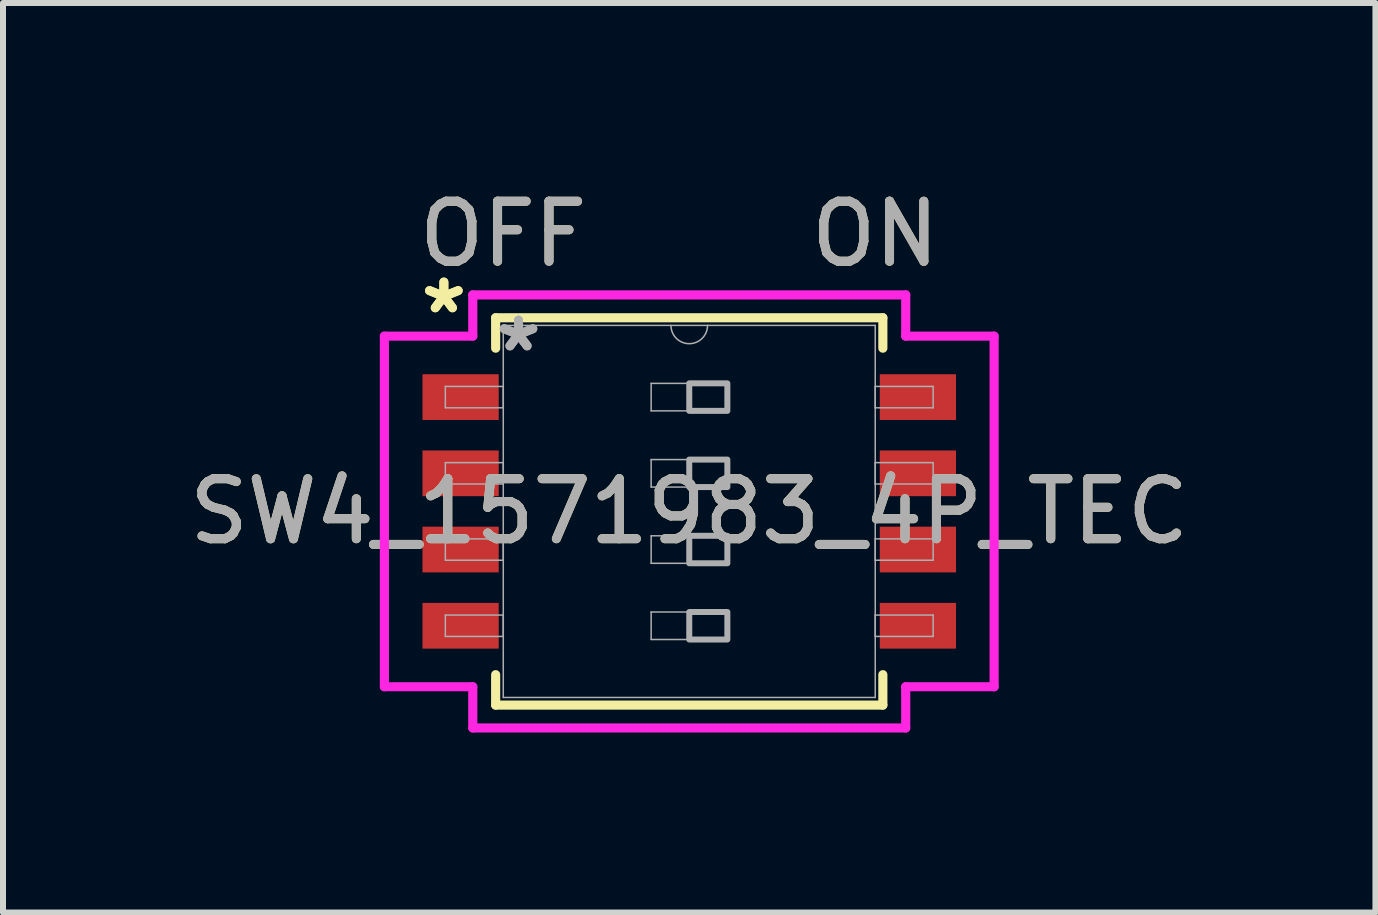
<source format=kicad_pcb>
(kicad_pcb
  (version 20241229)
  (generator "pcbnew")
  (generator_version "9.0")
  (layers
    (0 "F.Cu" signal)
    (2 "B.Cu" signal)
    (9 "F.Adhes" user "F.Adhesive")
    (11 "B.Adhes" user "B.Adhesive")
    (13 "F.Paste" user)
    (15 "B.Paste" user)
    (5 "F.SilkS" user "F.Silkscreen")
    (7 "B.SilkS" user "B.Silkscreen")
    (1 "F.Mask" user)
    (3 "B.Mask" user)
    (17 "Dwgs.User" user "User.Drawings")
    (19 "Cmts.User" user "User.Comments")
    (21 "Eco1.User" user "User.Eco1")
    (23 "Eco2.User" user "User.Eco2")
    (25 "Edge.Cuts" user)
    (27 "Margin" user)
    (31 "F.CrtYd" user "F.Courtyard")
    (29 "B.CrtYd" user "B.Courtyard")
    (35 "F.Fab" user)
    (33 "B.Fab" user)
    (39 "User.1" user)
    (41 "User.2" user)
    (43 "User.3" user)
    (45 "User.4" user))
  (footprint "SW4_1571983_4P_TEC"
    (layer "F.Cu")
    (at 8.435 5.472)
    (property "Reference" "SW4_1571983_4P_TEC" (at 0 0 0) (unlocked yes) (layer "F.SilkS") (effects (font (size 1 1) (thickness 0.15))))
    (attr smd)
    (fp_line (start -3.226 -3.227) (end -3.226 -2.72) (stroke (width 0.152) (type solid)) (layer "F.SilkS"))
    (fp_line (start -3.226 2.72) (end -3.226 3.227) (stroke (width 0.152) (type solid)) (layer "F.SilkS"))
    (fp_line (start -3.226 3.227) (end 3.226 3.227) (stroke (width 0.152) (type solid)) (layer "F.SilkS"))
    (fp_line (start 3.226 -3.227) (end -3.226 -3.227) (stroke (width 0.152) (type solid)) (layer "F.SilkS"))
    (fp_line (start 3.226 -2.72) (end 3.226 -3.227) (stroke (width 0.152) (type solid)) (layer "F.SilkS"))
    (fp_line (start 3.226 3.227) (end 3.226 2.72) (stroke (width 0.152) (type solid)) (layer "F.SilkS"))
    (fp_line (start -5.08 -2.921) (end -3.607 -2.921) (stroke (width 0.152) (type solid)) (layer "F.CrtYd"))
    (fp_line (start -5.08 2.921) (end -5.08 -2.921) (stroke (width 0.152) (type solid)) (layer "F.CrtYd"))
    (fp_line (start -3.607 -3.608) (end 3.607 -3.608) (stroke (width 0.152) (type solid)) (layer "F.CrtYd"))
    (fp_line (start -3.607 -2.921) (end -3.607 -3.608) (stroke (width 0.152) (type solid)) (layer "F.CrtYd"))
    (fp_line (start -3.607 2.921) (end -5.08 2.921) (stroke (width 0.152) (type solid)) (layer "F.CrtYd"))
    (fp_line (start -3.607 3.608) (end -3.607 2.921) (stroke (width 0.152) (type solid)) (layer "F.CrtYd"))
    (fp_line (start 3.607 -3.608) (end 3.607 -2.921) (stroke (width 0.152) (type solid)) (layer "F.CrtYd"))
    (fp_line (start 3.607 -2.921) (end 5.08 -2.921) (stroke (width 0.152) (type solid)) (layer "F.CrtYd"))
    (fp_line (start 3.607 2.921) (end 3.607 3.608) (stroke (width 0.152) (type solid)) (layer "F.CrtYd"))
    (fp_line (start 3.607 3.608) (end -3.607 3.608) (stroke (width 0.152) (type solid)) (layer "F.CrtYd"))
    (fp_line (start 5.08 -2.921) (end 5.08 2.921) (stroke (width 0.152) (type solid)) (layer "F.CrtYd"))
    (fp_line (start 5.08 2.921) (end 3.607 2.921) (stroke (width 0.152) (type solid)) (layer "F.CrtYd"))
    (fp_line (start -4.064 -2.083) (end -4.064 -1.727) (stroke (width 0.025) (type solid)) (layer "F.Fab"))
    (fp_line (start -4.064 -1.727) (end -3.099 -1.727) (stroke (width 0.025) (type solid)) (layer "F.Fab"))
    (fp_line (start -4.064 -0.813) (end -4.064 -0.457) (stroke (width 0.025) (type solid)) (layer "F.Fab"))
    (fp_line (start -4.064 -0.457) (end -3.099 -0.457) (stroke (width 0.025) (type solid)) (layer "F.Fab"))
    (fp_line (start -4.064 0.457) (end -4.064 0.813) (stroke (width 0.025) (type solid)) (layer "F.Fab"))
    (fp_line (start -4.064 0.813) (end -3.099 0.813) (stroke (width 0.025) (type solid)) (layer "F.Fab"))
    (fp_line (start -4.064 1.727) (end -4.064 2.083) (stroke (width 0.025) (type solid)) (layer "F.Fab"))
    (fp_line (start -4.064 2.083) (end -3.099 2.083) (stroke (width 0.025) (type solid)) (layer "F.Fab"))
    (fp_line (start -3.099 -3.1) (end -3.099 3.1) (stroke (width 0.025) (type solid)) (layer "F.Fab"))
    (fp_line (start -3.099 -2.083) (end -4.064 -2.083) (stroke (width 0.025) (type solid)) (layer "F.Fab"))
    (fp_line (start -3.099 -1.727) (end -3.099 -2.083) (stroke (width 0.025) (type solid)) (layer "F.Fab"))
    (fp_line (start -3.099 -0.813) (end -4.064 -0.813) (stroke (width 0.025) (type solid)) (layer "F.Fab"))
    (fp_line (start -3.099 -0.457) (end -3.099 -0.813) (stroke (width 0.025) (type solid)) (layer "F.Fab"))
    (fp_line (start -3.099 0.457) (end -4.064 0.457) (stroke (width 0.025) (type solid)) (layer "F.Fab"))
    (fp_line (start -3.099 0.813) (end -3.099 0.457) (stroke (width 0.025) (type solid)) (layer "F.Fab"))
    (fp_line (start -3.099 1.727) (end -4.064 1.727) (stroke (width 0.025) (type solid)) (layer "F.Fab"))
    (fp_line (start -3.099 2.083) (end -3.099 1.727) (stroke (width 0.025) (type solid)) (layer "F.Fab"))
    (fp_line (start -3.099 3.1) (end 3.099 3.1) (stroke (width 0.025) (type solid)) (layer "F.Fab"))
    (fp_line (start -0.635 -2.134) (end 0.635 -2.134) (stroke (width 0.025) (type solid)) (layer "F.Fab"))
    (fp_line (start -0.635 -1.676) (end -0.635 -2.134) (stroke (width 0.025) (type solid)) (layer "F.Fab"))
    (fp_line (start -0.635 -0.864) (end 0.635 -0.864) (stroke (width 0.025) (type solid)) (layer "F.Fab"))
    (fp_line (start -0.635 -0.406) (end -0.635 -0.864) (stroke (width 0.025) (type solid)) (layer "F.Fab"))
    (fp_line (start -0.635 0.406) (end 0.635 0.406) (stroke (width 0.025) (type solid)) (layer "F.Fab"))
    (fp_line (start -0.635 0.864) (end -0.635 0.406) (stroke (width 0.025) (type solid)) (layer "F.Fab"))
    (fp_line (start -0.635 1.676) (end 0.635 1.676) (stroke (width 0.025) (type solid)) (layer "F.Fab"))
    (fp_line (start -0.635 2.134) (end -0.635 1.676) (stroke (width 0.025) (type solid)) (layer "F.Fab"))
    (fp_line (start 0.635 -2.134) (end 0.635 -1.676) (stroke (width 0.025) (type solid)) (layer "F.Fab"))
    (fp_line (start 0.635 -1.676) (end -0.635 -1.676) (stroke (width 0.025) (type solid)) (layer "F.Fab"))
    (fp_line (start 0.635 -0.864) (end 0.635 -0.406) (stroke (width 0.025) (type solid)) (layer "F.Fab"))
    (fp_line (start 0.635 -0.406) (end -0.635 -0.406) (stroke (width 0.025) (type solid)) (layer "F.Fab"))
    (fp_line (start 0.635 0.406) (end 0.635 0.864) (stroke (width 0.025) (type solid)) (layer "F.Fab"))
    (fp_line (start 0.635 0.864) (end -0.635 0.864) (stroke (width 0.025) (type solid)) (layer "F.Fab"))
    (fp_line (start 0.635 1.676) (end 0.635 2.134) (stroke (width 0.025) (type solid)) (layer "F.Fab"))
    (fp_line (start 0.635 2.134) (end -0.635 2.134) (stroke (width 0.025) (type solid)) (layer "F.Fab"))
    (fp_line (start 3.099 -3.1) (end -3.099 -3.1) (stroke (width 0.025) (type solid)) (layer "F.Fab"))
    (fp_line (start 3.099 -2.083) (end 3.099 -1.727) (stroke (width 0.025) (type solid)) (layer "F.Fab"))
    (fp_line (start 3.099 -1.727) (end 4.064 -1.727) (stroke (width 0.025) (type solid)) (layer "F.Fab"))
    (fp_line (start 3.099 -0.813) (end 3.099 -0.457) (stroke (width 0.025) (type solid)) (layer "F.Fab"))
    (fp_line (start 3.099 -0.457) (end 4.064 -0.457) (stroke (width 0.025) (type solid)) (layer "F.Fab"))
    (fp_line (start 3.099 0.457) (end 3.099 0.813) (stroke (width 0.025) (type solid)) (layer "F.Fab"))
    (fp_line (start 3.099 0.813) (end 4.064 0.813) (stroke (width 0.025) (type solid)) (layer "F.Fab"))
    (fp_line (start 3.099 1.727) (end 3.099 2.083) (stroke (width 0.025) (type solid)) (layer "F.Fab"))
    (fp_line (start 3.099 2.083) (end 4.064 2.083) (stroke (width 0.025) (type solid)) (layer "F.Fab"))
    (fp_line (start 3.099 3.1) (end 3.099 -3.1) (stroke (width 0.025) (type solid)) (layer "F.Fab"))
    (fp_line (start 4.064 -2.083) (end 3.099 -2.083) (stroke (width 0.025) (type solid)) (layer "F.Fab"))
    (fp_line (start 4.064 -1.727) (end 4.064 -2.083) (stroke (width 0.025) (type solid)) (layer "F.Fab"))
    (fp_line (start 4.064 -0.813) (end 3.099 -0.813) (stroke (width 0.025) (type solid)) (layer "F.Fab"))
    (fp_line (start 4.064 -0.457) (end 4.064 -0.813) (stroke (width 0.025) (type solid)) (layer "F.Fab"))
    (fp_line (start 4.064 0.457) (end 3.099 0.457) (stroke (width 0.025) (type solid)) (layer "F.Fab"))
    (fp_line (start 4.064 0.813) (end 4.064 0.457) (stroke (width 0.025) (type solid)) (layer "F.Fab"))
    (fp_line (start 4.064 1.727) (end 3.099 1.727) (stroke (width 0.025) (type solid)) (layer "F.Fab"))
    (fp_line (start 4.064 2.083) (end 4.064 1.727) (stroke (width 0.025) (type solid)) (layer "F.Fab"))
    (fp_arc (start 0.3048 -3.099999) (mid 0 -2.795199) (end -0.3048 -3.099999) (stroke (width 0.0254) (type solid)) (layer "F.Fab"))
    (fp_poly (pts (xy 0 -2.134) (xy 0.635 -2.134) (xy 0.635 -1.676) (xy 0 -1.676)) (stroke (width 0.1) (type solid)) (fill no) (layer "F.Fab"))
    (fp_poly (pts (xy 0 -0.864) (xy 0.635 -0.864) (xy 0.635 -0.406) (xy 0 -0.406)) (stroke (width 0.1) (type solid)) (fill no) (layer "F.Fab"))
    (fp_poly (pts (xy 0 0.406) (xy 0.635 0.406) (xy 0.635 0.864) (xy 0 0.864)) (stroke (width 0.1) (type solid)) (fill no) (layer "F.Fab"))
    (fp_poly (pts (xy 0 1.676) (xy 0.635 1.676) (xy 0.635 2.134) (xy 0 2.134)) (stroke (width 0.1) (type solid)) (fill no) (layer "F.Fab"))
    (fp_text user "ON" (at 3.099 -4.624 0) (unlocked yes) (layer "F.SilkS") (effects (font (size 1 1) (thickness 0.15))))
    (fp_text user "*" (at -4.089 -3.277 0) (layer "F.SilkS") (effects (font (size 1 1) (thickness 0.15))))
    (fp_text user "OFF" (at -3.099 -4.624 0) (unlocked yes) (layer "F.SilkS") (effects (font (size 1 1) (thickness 0.15))))
    (fp_text user "*" (at -4.089 -3.277 0) (unlocked yes) (layer "F.SilkS") (effects (font (size 1 1) (thickness 0.15))))
    (fp_text user "${REFERENCE}" (at 0 0 0) (unlocked yes) (layer "F.Fab") (effects (font (size 1 1) (thickness 0.15))))
    (fp_text user "ON" (at 3.099 -4.624 0) (unlocked yes) (layer "F.Fab") (effects (font (size 1 1) (thickness 0.15))))
    (fp_text user "*" (at -2.845 -2.642 0) (layer "F.Fab") (effects (font (size 1 1) (thickness 0.15))))
    (fp_text user "*" (at -2.845 -2.642 0) (unlocked yes) (layer "F.Fab") (effects (font (size 1 1) (thickness 0.15))))
    (fp_text user "OFF" (at -3.099 -4.624 0) (unlocked yes) (layer "F.Fab") (effects (font (size 1 1) (thickness 0.15))))
    (pad "1" smd rect (at -3.81 -1.905) (size 1.27 0.762) (layers "F.Cu" "F.Mask" "F.Paste"))
    (pad "2" smd rect (at -3.81 -0.635) (size 1.27 0.762) (layers "F.Cu" "F.Mask" "F.Paste"))
    (pad "3" smd rect (at -3.81 0.635) (size 1.27 0.762) (layers "F.Cu" "F.Mask" "F.Paste"))
    (pad "4" smd rect (at -3.81 1.905) (size 1.27 0.762) (layers "F.Cu" "F.Mask" "F.Paste"))
    (pad "5" smd rect (at 3.81 1.905) (size 1.27 0.762) (layers "F.Cu" "F.Mask" "F.Paste"))
    (pad "6" smd rect (at 3.81 0.635) (size 1.27 0.762) (layers "F.Cu" "F.Mask" "F.Paste"))
    (pad "7" smd rect (at 3.81 -0.635) (size 1.27 0.762) (layers "F.Cu" "F.Mask" "F.Paste"))
    (pad "8" smd rect (at 3.81 -1.905) (size 1.27 0.762) (layers "F.Cu" "F.Mask" "F.Paste")))
  (gr_rect
    (start -3 -3)
    (end 19.869 12.156)
    (stroke (width 0.1) (type default))
    (fill no)
    (layer "Edge.Cuts")))
</source>
